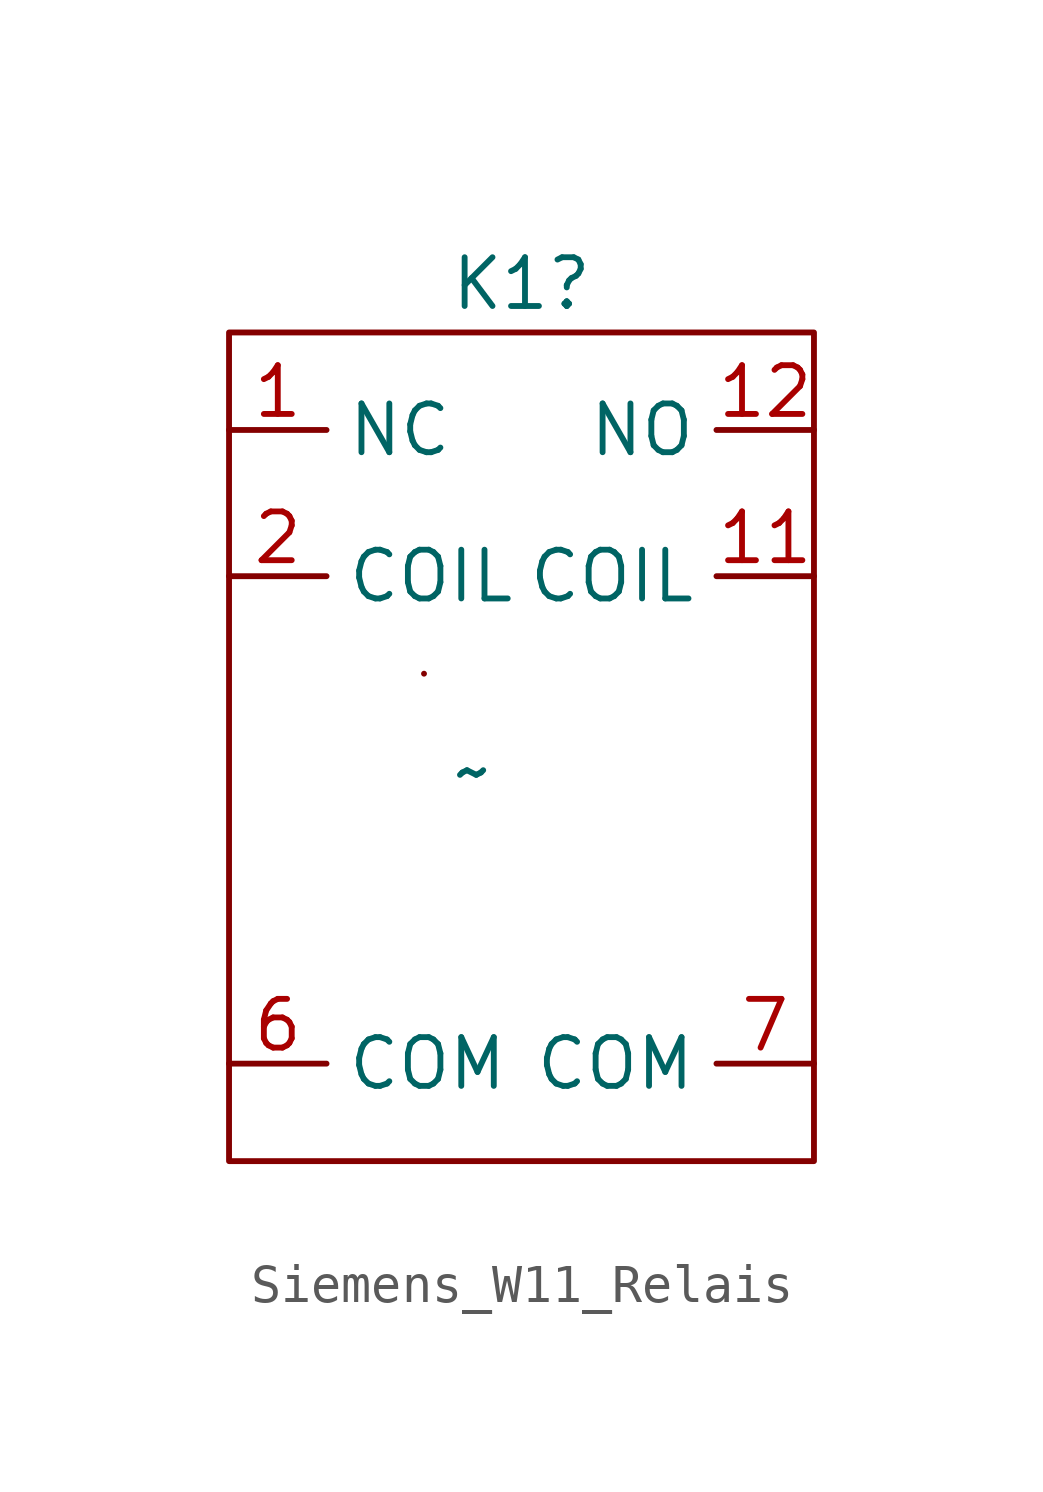
<source format=kicad_sym>
(kicad_symbol_lib
  (version 20220914)
  (generator kicad_symbol_editor)
  (symbol "Siemens_W11_Relais"
    (property "Reference" "K1"
      (at 0 12.7 0)
      (effects (font (size 1.27 1.27))))
    (property "Value" "~"
      (at -1.27 0 0)
      (effects (font (size 1.27 1.27))))
    (symbol "Siemens_W11_Relais_0_1"
      (rectangle (start -7.62 11.43) (end 7.62 -10.16) (stroke (width 0) (type default)) (fill (type none)))
      (rectangle (start -2.54 2.54) (end -2.54 2.54) (stroke (width 0) (type default)) (fill (type none))))
    (symbol "Siemens_W11_Relais_1_1"
      (pin bidirectional line (at -7.62 8.89 0) (length 2.54) (name "NC" (effects (font (size 1.27 1.27)))) (number "1" (effects (font (size 1.27 1.27)))))
      (pin bidirectional line (at 7.62 5.08 180) (length 2.54) (name "COIL" (effects (font (size 1.27 1.27)))) (number "11" (effects (font (size 1.27 1.27)))))
      (pin bidirectional line (at 7.62 8.89 180) (length 2.54) (name "NO" (effects (font (size 1.27 1.27)))) (number "12" (effects (font (size 1.27 1.27)))))
      (pin bidirectional line (at -7.62 5.08 0) (length 2.54) (name "COIL" (effects (font (size 1.27 1.27)))) (number "2" (effects (font (size 1.27 1.27)))))
      (pin bidirectional line (at -7.62 -7.62 0) (length 2.54) (name "COM" (effects (font (size 1.27 1.27)))) (number "6" (effects (font (size 1.27 1.27)))))
      (pin bidirectional line (at 7.62 -7.62 180) (length 2.54) (name "COM" (effects (font (size 1.27 1.27)))) (number "7" (effects (font (size 1.27 1.27))))))))
</source>
